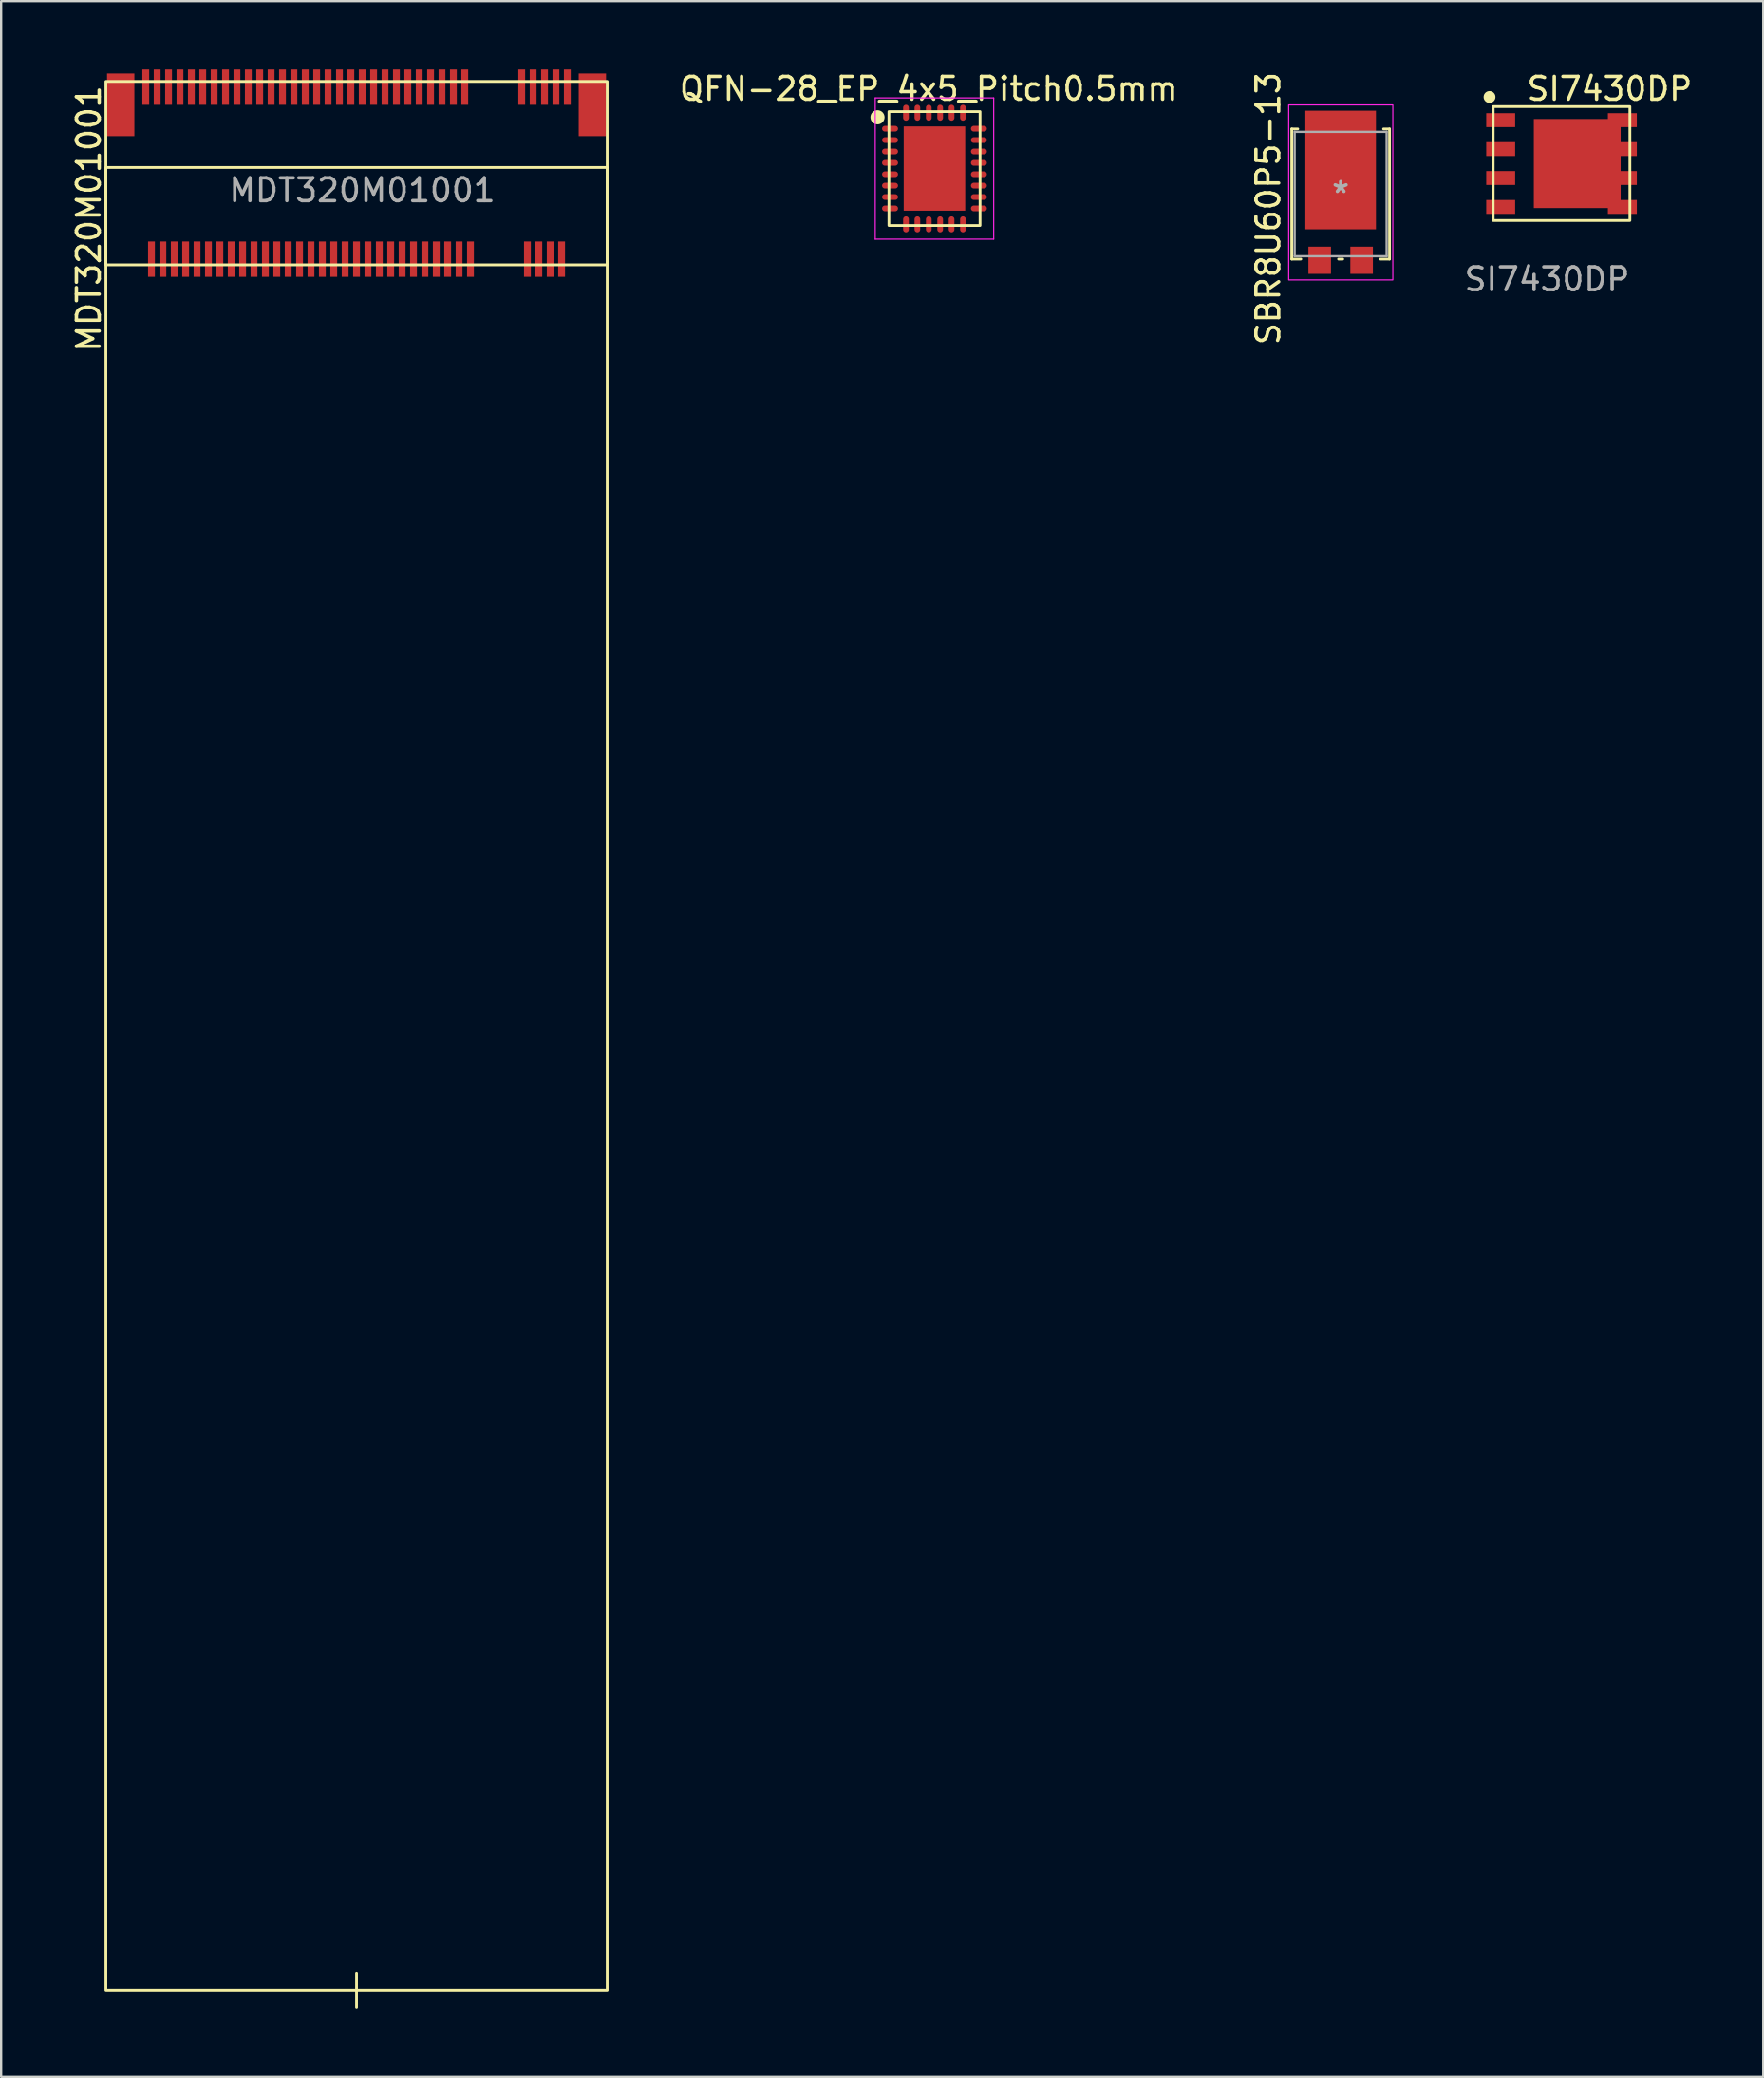
<source format=kicad_pcb>
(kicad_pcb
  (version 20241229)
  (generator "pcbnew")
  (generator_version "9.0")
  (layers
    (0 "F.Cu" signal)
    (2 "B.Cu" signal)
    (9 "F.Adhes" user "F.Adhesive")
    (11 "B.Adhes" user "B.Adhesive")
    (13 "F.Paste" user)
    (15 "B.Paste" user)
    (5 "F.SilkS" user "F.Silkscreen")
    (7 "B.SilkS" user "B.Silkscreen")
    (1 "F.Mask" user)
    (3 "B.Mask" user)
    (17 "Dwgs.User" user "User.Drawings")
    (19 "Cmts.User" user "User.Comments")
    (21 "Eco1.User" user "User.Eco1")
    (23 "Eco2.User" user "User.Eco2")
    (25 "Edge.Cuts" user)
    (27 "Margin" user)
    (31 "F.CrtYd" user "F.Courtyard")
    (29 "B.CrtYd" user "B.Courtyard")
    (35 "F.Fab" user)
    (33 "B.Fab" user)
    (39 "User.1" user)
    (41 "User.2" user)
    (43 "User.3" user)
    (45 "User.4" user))
  (footprint "MDT320M01001"
    (layer "F.Cu")
    (at 12.598 6.05)
    (property "Reference" "MDT320M01001" (at -11.75 0.5 90) (unlocked yes) (layer "F.SilkS") (effects (font (size 1 1) (thickness 0.15))))
    (attr smd)
    (fp_line (start 0 77.5) (end 0 79) (stroke (width 0.12) (type solid)) (layer "F.SilkS"))
    (fp_rect (start -11 -5.525) (end 11 2.525) (stroke (width 0.12) (type solid)) (fill no) (layer "F.SilkS"))
    (fp_rect (start -11 -1.75) (end 11 78.25) (stroke (width 0.12) (type solid)) (fill no) (layer "F.SilkS"))
    (fp_text user "${REFERENCE}" (at 0.25 -0.75 0) (unlocked yes) (layer "F.Fab") (effects (font (size 1 1) (thickness 0.15))))
    (pad "" np_thru_hole circle (at -10 0) (size 0.001 0.001) (drill 1.1) (layers "*.Cu" "*.Mask"))
    (pad "" np_thru_hole circle (at 10 0) (size 0.001 0.001) (drill 1.6) (layers "*.Cu" "*.Mask"))
    (pad "1" smd rect (at -9.25 -5.275) (size 0.3 1.55) (layers "F.Cu" "F.Mask" "F.Paste"))
    (pad "2" smd rect (at -9 2.275) (size 0.3 1.55) (layers "F.Cu" "F.Mask" "F.Paste"))
    (pad "3" smd rect (at -8.75 -5.275) (size 0.3 1.55) (layers "F.Cu" "F.Mask" "F.Paste"))
    (pad "4" smd rect (at -8.5 2.275) (size 0.3 1.55) (layers "F.Cu" "F.Mask" "F.Paste"))
    (pad "5" smd rect (at -8.25 -5.275) (size 0.3 1.55) (layers "F.Cu" "F.Mask" "F.Paste"))
    (pad "6" smd rect (at -8 2.275) (size 0.3 1.55) (layers "F.Cu" "F.Mask" "F.Paste"))
    (pad "7" smd rect (at -7.75 -5.275) (size 0.3 1.55) (layers "F.Cu" "F.Mask" "F.Paste"))
    (pad "8" smd rect (at -7.5 2.275) (size 0.3 1.55) (layers "F.Cu" "F.Mask" "F.Paste"))
    (pad "9" smd rect (at -7.25 -5.275) (size 0.3 1.55) (layers "F.Cu" "F.Mask" "F.Paste"))
    (pad "10" smd rect (at -7 2.275) (size 0.3 1.55) (layers "F.Cu" "F.Mask" "F.Paste"))
    (pad "11" smd rect (at -6.75 -5.275) (size 0.3 1.55) (layers "F.Cu" "F.Mask" "F.Paste"))
    (pad "12" smd rect (at -6.5 2.275) (size 0.3 1.55) (layers "F.Cu" "F.Mask" "F.Paste"))
    (pad "13" smd rect (at -6.25 -5.275) (size 0.3 1.55) (layers "F.Cu" "F.Mask" "F.Paste"))
    (pad "14" smd rect (at -6 2.275) (size 0.3 1.55) (layers "F.Cu" "F.Mask" "F.Paste"))
    (pad "15" smd rect (at -5.75 -5.275) (size 0.3 1.55) (layers "F.Cu" "F.Mask" "F.Paste"))
    (pad "16" smd rect (at -5.5 2.275) (size 0.3 1.55) (layers "F.Cu" "F.Mask" "F.Paste"))
    (pad "17" smd rect (at -5.25 -5.275) (size 0.3 1.55) (layers "F.Cu" "F.Mask" "F.Paste"))
    (pad "18" smd rect (at -5 2.275) (size 0.3 1.55) (layers "F.Cu" "F.Mask" "F.Paste"))
    (pad "19" smd rect (at -4.75 -5.275) (size 0.3 1.55) (layers "F.Cu" "F.Mask" "F.Paste"))
    (pad "20" smd rect (at -4.5 2.275) (size 0.3 1.55) (layers "F.Cu" "F.Mask" "F.Paste"))
    (pad "21" smd rect (at -4.25 -5.275) (size 0.3 1.55) (layers "F.Cu" "F.Mask" "F.Paste"))
    (pad "22" smd rect (at -4 2.275) (size 0.3 1.55) (layers "F.Cu" "F.Mask" "F.Paste"))
    (pad "23" smd rect (at -3.75 -5.275) (size 0.3 1.55) (layers "F.Cu" "F.Mask" "F.Paste"))
    (pad "24" smd rect (at -3.5 2.275) (size 0.3 1.55) (layers "F.Cu" "F.Mask" "F.Paste"))
    (pad "25" smd rect (at -3.25 -5.275) (size 0.3 1.55) (layers "F.Cu" "F.Mask" "F.Paste"))
    (pad "26" smd rect (at -3 2.275) (size 0.3 1.55) (layers "F.Cu" "F.Mask" "F.Paste"))
    (pad "27" smd rect (at -2.75 -5.275) (size 0.3 1.55) (layers "F.Cu" "F.Mask" "F.Paste"))
    (pad "28" smd rect (at -2.5 2.275) (size 0.3 1.55) (layers "F.Cu" "F.Mask" "F.Paste"))
    (pad "29" smd rect (at -2.25 -5.275) (size 0.3 1.55) (layers "F.Cu" "F.Mask" "F.Paste"))
    (pad "30" smd rect (at -2 2.275) (size 0.3 1.55) (layers "F.Cu" "F.Mask" "F.Paste"))
    (pad "31" smd rect (at -1.75 -5.275) (size 0.3 1.55) (layers "F.Cu" "F.Mask" "F.Paste"))
    (pad "32" smd rect (at -1.5 2.275) (size 0.3 1.55) (layers "F.Cu" "F.Mask" "F.Paste"))
    (pad "33" smd rect (at -1.25 -5.275) (size 0.3 1.55) (layers "F.Cu" "F.Mask" "F.Paste"))
    (pad "34" smd rect (at -1 2.275) (size 0.3 1.55) (layers "F.Cu" "F.Mask" "F.Paste"))
    (pad "35" smd rect (at -0.75 -5.275) (size 0.3 1.55) (layers "F.Cu" "F.Mask" "F.Paste"))
    (pad "36" smd rect (at -0.5 2.275) (size 0.3 1.55) (layers "F.Cu" "F.Mask" "F.Paste"))
    (pad "37" smd rect (at -0.25 -5.275) (size 0.3 1.55) (layers "F.Cu" "F.Mask" "F.Paste"))
    (pad "38" smd rect (at 0 2.275) (size 0.3 1.55) (layers "F.Cu" "F.Mask" "F.Paste"))
    (pad "39" smd rect (at 0.25 -5.275) (size 0.3 1.55) (layers "F.Cu" "F.Mask" "F.Paste"))
    (pad "40" smd rect (at 0.5 2.275) (size 0.3 1.55) (layers "F.Cu" "F.Mask" "F.Paste"))
    (pad "41" smd rect (at 0.75 -5.275) (size 0.3 1.55) (layers "F.Cu" "F.Mask" "F.Paste"))
    (pad "42" smd rect (at 1 2.275) (size 0.3 1.55) (layers "F.Cu" "F.Mask" "F.Paste"))
    (pad "43" smd rect (at 1.25 -5.275) (size 0.3 1.55) (layers "F.Cu" "F.Mask" "F.Paste"))
    (pad "44" smd rect (at 1.5 2.275) (size 0.3 1.55) (layers "F.Cu" "F.Mask" "F.Paste"))
    (pad "45" smd rect (at 1.75 -5.275) (size 0.3 1.55) (layers "F.Cu" "F.Mask" "F.Paste"))
    (pad "46" smd rect (at 2 2.275) (size 0.3 1.55) (layers "F.Cu" "F.Mask" "F.Paste"))
    (pad "47" smd rect (at 2.25 -5.275) (size 0.3 1.55) (layers "F.Cu" "F.Mask" "F.Paste"))
    (pad "48" smd rect (at 2.5 2.275) (size 0.3 1.55) (layers "F.Cu" "F.Mask" "F.Paste"))
    (pad "49" smd rect (at 2.75 -5.275) (size 0.3 1.55) (layers "F.Cu" "F.Mask" "F.Paste"))
    (pad "50" smd rect (at 3 2.275) (size 0.3 1.55) (layers "F.Cu" "F.Mask" "F.Paste"))
    (pad "51" smd rect (at 3.25 -5.275) (size 0.3 1.55) (layers "F.Cu" "F.Mask" "F.Paste"))
    (pad "52" smd rect (at 3.5 2.275) (size 0.3 1.55) (layers "F.Cu" "F.Mask" "F.Paste"))
    (pad "53" smd rect (at 3.75 -5.275) (size 0.3 1.55) (layers "F.Cu" "F.Mask" "F.Paste"))
    (pad "54" smd rect (at 4 2.275) (size 0.3 1.55) (layers "F.Cu" "F.Mask" "F.Paste"))
    (pad "55" smd rect (at 4.25 -5.275) (size 0.3 1.55) (layers "F.Cu" "F.Mask" "F.Paste"))
    (pad "56" smd rect (at 4.5 2.275) (size 0.3 1.55) (layers "F.Cu" "F.Mask" "F.Paste"))
    (pad "57" smd rect (at 4.75 -5.275) (size 0.3 1.55) (layers "F.Cu" "F.Mask" "F.Paste"))
    (pad "58" smd rect (at 5 2.275) (size 0.3 1.55) (layers "F.Cu" "F.Mask" "F.Paste"))
    (pad "67" smd rect (at 7.25 -5.275) (size 0.3 1.55) (layers "F.Cu" "F.Mask" "F.Paste"))
    (pad "68" smd rect (at 7.5 2.275) (size 0.3 1.55) (layers "F.Cu" "F.Mask" "F.Paste"))
    (pad "69" smd rect (at 7.75 -5.275) (size 0.3 1.55) (layers "F.Cu" "F.Mask" "F.Paste"))
    (pad "70" smd rect (at 8 2.275) (size 0.3 1.55) (layers "F.Cu" "F.Mask" "F.Paste"))
    (pad "71" smd rect (at 8.25 -5.275) (size 0.3 1.55) (layers "F.Cu" "F.Mask" "F.Paste"))
    (pad "72" smd rect (at 8.5 2.275) (size 0.3 1.55) (layers "F.Cu" "F.Mask" "F.Paste"))
    (pad "73" smd rect (at 8.75 -5.275) (size 0.3 1.55) (layers "F.Cu" "F.Mask" "F.Paste"))
    (pad "74" smd rect (at 9 2.275) (size 0.3 1.55) (layers "F.Cu" "F.Mask" "F.Paste"))
    (pad "75" smd rect (at 9.25 -5.275) (size 0.3 1.55) (layers "F.Cu" "F.Mask" "F.Paste"))
    (pad "76" smd rect (at -10.35 -4.5) (size 1.2 2.75) (layers "F.Cu" "F.Mask" "F.Paste"))
    (pad "77" smd rect (at 10.35 -4.5) (size 1.2 2.75) (layers "F.Cu" "F.Mask" "F.Paste")))
  (footprint "QFN-28_EP_4x5_Pitch0.5mm"
    (layer "F.Cu")
    (at 37.962 4.348)
    (property "Reference" "QFN-28_EP_4x5_Pitch0.5mm" (at -0.25 -3.5 0) (layer "F.SilkS") (effects (font (size 1 1) (thickness 0.15))))
    (attr through_hole)
    (fp_rect (start -2 -2.5) (end 2 2.5) (stroke (width 0.12) (type solid)) (fill no) (layer "F.SilkS"))
    (fp_circle (center -2.5 -2.25) (end -2.25 -2.25) (stroke (width 0.12) (type solid)) (fill yes) (layer "F.SilkS"))
    (fp_line (start -2.6 -3.1) (end 2.6 -3.1) (stroke (width 0.05) (type solid)) (layer "F.CrtYd"))
    (fp_line (start -2.6 3.1) (end -2.6 -3.1) (stroke (width 0.05) (type solid)) (layer "F.CrtYd"))
    (fp_line (start 2.6 -3.1) (end 2.6 3.1) (stroke (width 0.05) (type solid)) (layer "F.CrtYd"))
    (fp_line (start 2.6 3.1) (end -2.6 3.1) (stroke (width 0.05) (type solid)) (layer "F.CrtYd"))
    (pad "1" smd oval (at -1.95 -1.75 90) (size 0.25 0.7) (layers "F.Cu" "F.Mask" "F.Paste"))
    (pad "2" smd oval (at -1.95 -1.25 90) (size 0.25 0.7) (layers "F.Cu" "F.Mask" "F.Paste"))
    (pad "3" smd oval (at -1.95 -0.75 90) (size 0.25 0.7) (layers "F.Cu" "F.Mask" "F.Paste"))
    (pad "4" smd oval (at -1.95 -0.25 90) (size 0.25 0.7) (layers "F.Cu" "F.Mask" "F.Paste"))
    (pad "5" smd oval (at -1.95 0.25 90) (size 0.25 0.7) (layers "F.Cu" "F.Mask" "F.Paste"))
    (pad "6" smd oval (at -1.95 0.75 90) (size 0.25 0.7) (layers "F.Cu" "F.Mask" "F.Paste"))
    (pad "7" smd oval (at -1.95 1.25 90) (size 0.25 0.7) (layers "F.Cu" "F.Mask" "F.Paste"))
    (pad "8" smd oval (at -1.95 1.75 90) (size 0.25 0.7) (layers "F.Cu" "F.Mask" "F.Paste"))
    (pad "9" smd oval (at -1.25 2.45) (size 0.25 0.7) (layers "F.Cu" "F.Mask" "F.Paste"))
    (pad "10" smd oval (at -0.75 2.45) (size 0.25 0.7) (layers "F.Cu" "F.Mask" "F.Paste"))
    (pad "11" smd oval (at -0.25 2.45) (size 0.25 0.7) (layers "F.Cu" "F.Mask" "F.Paste"))
    (pad "12" smd oval (at 0.25 2.45) (size 0.25 0.7) (layers "F.Cu" "F.Mask" "F.Paste"))
    (pad "13" smd oval (at 0.75 2.45) (size 0.25 0.7) (layers "F.Cu" "F.Mask" "F.Paste"))
    (pad "14" smd oval (at 1.25 2.45) (size 0.25 0.7) (layers "F.Cu" "F.Mask" "F.Paste"))
    (pad "15" smd oval (at 1.95 1.75 90) (size 0.25 0.7) (layers "F.Cu" "F.Mask" "F.Paste"))
    (pad "16" smd oval (at 1.95 1.25 90) (size 0.25 0.7) (layers "F.Cu" "F.Mask" "F.Paste"))
    (pad "17" smd oval (at 1.95 0.75 90) (size 0.25 0.7) (layers "F.Cu" "F.Mask" "F.Paste"))
    (pad "18" smd oval (at 1.95 0.25 90) (size 0.25 0.7) (layers "F.Cu" "F.Mask" "F.Paste"))
    (pad "19" smd oval (at 1.95 -0.25 90) (size 0.25 0.7) (layers "F.Cu" "F.Mask" "F.Paste"))
    (pad "20" smd oval (at 1.95 -0.75 90) (size 0.25 0.7) (layers "F.Cu" "F.Mask" "F.Paste"))
    (pad "21" smd oval (at 1.95 -1.25 90) (size 0.25 0.7) (layers "F.Cu" "F.Mask" "F.Paste"))
    (pad "22" smd oval (at 1.95 -1.75 90) (size 0.25 0.7) (layers "F.Cu" "F.Mask" "F.Paste"))
    (pad "23" smd oval (at 1.25 -2.45) (size 0.25 0.7) (layers "F.Cu" "F.Mask" "F.Paste"))
    (pad "24" smd oval (at 0.75 -2.45) (size 0.25 0.7) (layers "F.Cu" "F.Mask" "F.Paste"))
    (pad "25" smd oval (at 0.25 -2.45) (size 0.25 0.7) (layers "F.Cu" "F.Mask" "F.Paste"))
    (pad "26" smd oval (at -0.25 -2.45) (size 0.25 0.7) (layers "F.Cu" "F.Mask" "F.Paste"))
    (pad "27" smd oval (at -0.75 -2.45) (size 0.25 0.7) (layers "F.Cu" "F.Mask" "F.Paste"))
    (pad "28" smd oval (at -1.25 -2.45) (size 0.25 0.7) (layers "F.Cu" "F.Mask" "F.Paste"))
    (pad "29" smd rect (at 0 0) (size 2.7 3.7) (layers "F.Cu" "F.Mask" "F.Paste")))
  (footprint "SBR8U60P5-13"
    (layer "F.Cu")
    (at 55.789 5.466)
    (property "Reference" "SBR8U60P5-13" (at -3.175 0.635 90) (layer "F.SilkS") (effects (font (size 1 1) (thickness 0.15))))
    (attr through_hole)
    (fp_line (start -2.146 -2.857) (end -2.146 2.857) (stroke (width 0.12) (type solid)) (layer "F.SilkS"))
    (fp_line (start -2.146 2.857) (end -1.748 2.857) (stroke (width 0.12) (type solid)) (layer "F.SilkS"))
    (fp_line (start -1.882 -2.857) (end -2.146 -2.857) (stroke (width 0.12) (type solid)) (layer "F.SilkS"))
    (fp_line (start -0.092 2.857) (end 0.092 2.857) (stroke (width 0.12) (type solid)) (layer "F.SilkS"))
    (fp_line (start 1.748 2.857) (end 2.146 2.857) (stroke (width 0.12) (type solid)) (layer "F.SilkS"))
    (fp_line (start 2.146 -2.857) (end 1.882 -2.857) (stroke (width 0.12) (type solid)) (layer "F.SilkS"))
    (fp_line (start 2.146 2.857) (end 2.146 -2.857) (stroke (width 0.12) (type solid)) (layer "F.SilkS"))
    (fp_rect (start -2.28 -3.91) (end 2.29 3.77) (stroke (width 0.05) (type solid)) (fill no) (layer "F.CrtYd"))
    (fp_line (start -2.019 -2.731) (end -2.019 2.731) (stroke (width 0.1) (type solid)) (layer "F.Fab"))
    (fp_line (start -2.019 2.731) (end 2.019 2.731) (stroke (width 0.1) (type solid)) (layer "F.Fab"))
    (fp_line (start 2.019 -2.731) (end -2.019 -2.731) (stroke (width 0.1) (type solid)) (layer "F.Fab"))
    (fp_line (start 2.019 2.731) (end 2.019 -2.731) (stroke (width 0.1) (type solid)) (layer "F.Fab"))
    (fp_text user "*" (at 0 0 0) (layer "F.Fab") (effects (font (size 1 1) (thickness 0.15))))
    (pad "1" smd rect (at 0 -1.054 90) (size 5.207 3.099) (layers "F.Cu" "F.Mask" "F.Paste"))
    (pad "2" smd rect (at -0.92 2.908 90) (size 1.194 0.991) (layers "F.Cu" "F.Mask" "F.Paste"))
    (pad "3" smd rect (at 0.92 2.908 90) (size 1.194 0.991) (layers "F.Cu" "F.Mask" "F.Paste")))
  (footprint "SI7430DP"
    (layer "F.Cu")
    (at 65.483 4.128)
    (property "Reference" "SI7430DP" (at 2.11 -3.28 0) (unlocked yes) (layer "F.SilkS") (effects (font (size 1 1) (thickness 0.15))))
    (attr smd)
    (fp_rect (start -3 -2.5) (end 3 2.5) (stroke (width 0.12) (type solid)) (fill no) (layer "F.SilkS"))
    (fp_circle (center -3.16 -2.92) (end -2.96 -2.92) (stroke (width 0.12) (type solid)) (fill yes) (layer "F.SilkS"))
    (fp_text user "${REFERENCE}" (at -0.635 5.08 0) (unlocked yes) (layer "F.Fab") (effects (font (size 1 1) (thickness 0.15))))
    (pad "1" smd rect (at -2.67 -1.905) (size 1.27 0.61) (layers "F.Cu" "F.Mask" "F.Paste"))
    (pad "2" smd rect (at -2.67 -0.635) (size 1.27 0.61) (layers "F.Cu" "F.Mask" "F.Paste"))
    (pad "3" smd rect (at -2.67 0.635) (size 1.27 0.61) (layers "F.Cu" "F.Mask" "F.Paste"))
    (pad "4" smd rect (at -2.67 1.905) (size 1.27 0.61) (layers "F.Cu" "F.Mask" "F.Paste"))
    (pad "5" smd rect (at 0.69 0) (size 3.81 3.91) (layers "F.Cu" "F.Mask" "F.Paste"))
    (pad "5" smd rect (at 2.67 -1.905) (size 1.27 0.61) (layers "F.Cu" "F.Mask" "F.Paste"))
    (pad "5" smd rect (at 2.67 -0.635) (size 1.27 0.61) (layers "F.Cu" "F.Mask" "F.Paste"))
    (pad "5" smd rect (at 2.67 0.635) (size 1.27 0.61) (layers "F.Cu" "F.Mask" "F.Paste"))
    (pad "5" smd rect (at 2.67 1.905) (size 1.27 0.61) (layers "F.Cu" "F.Mask" "F.Paste")))
  (gr_rect
    (start -3 -3)
    (end 74.337 88.11)
    (stroke (width 0.1) (type default))
    (fill no)
    (layer "Edge.Cuts")))
</source>
